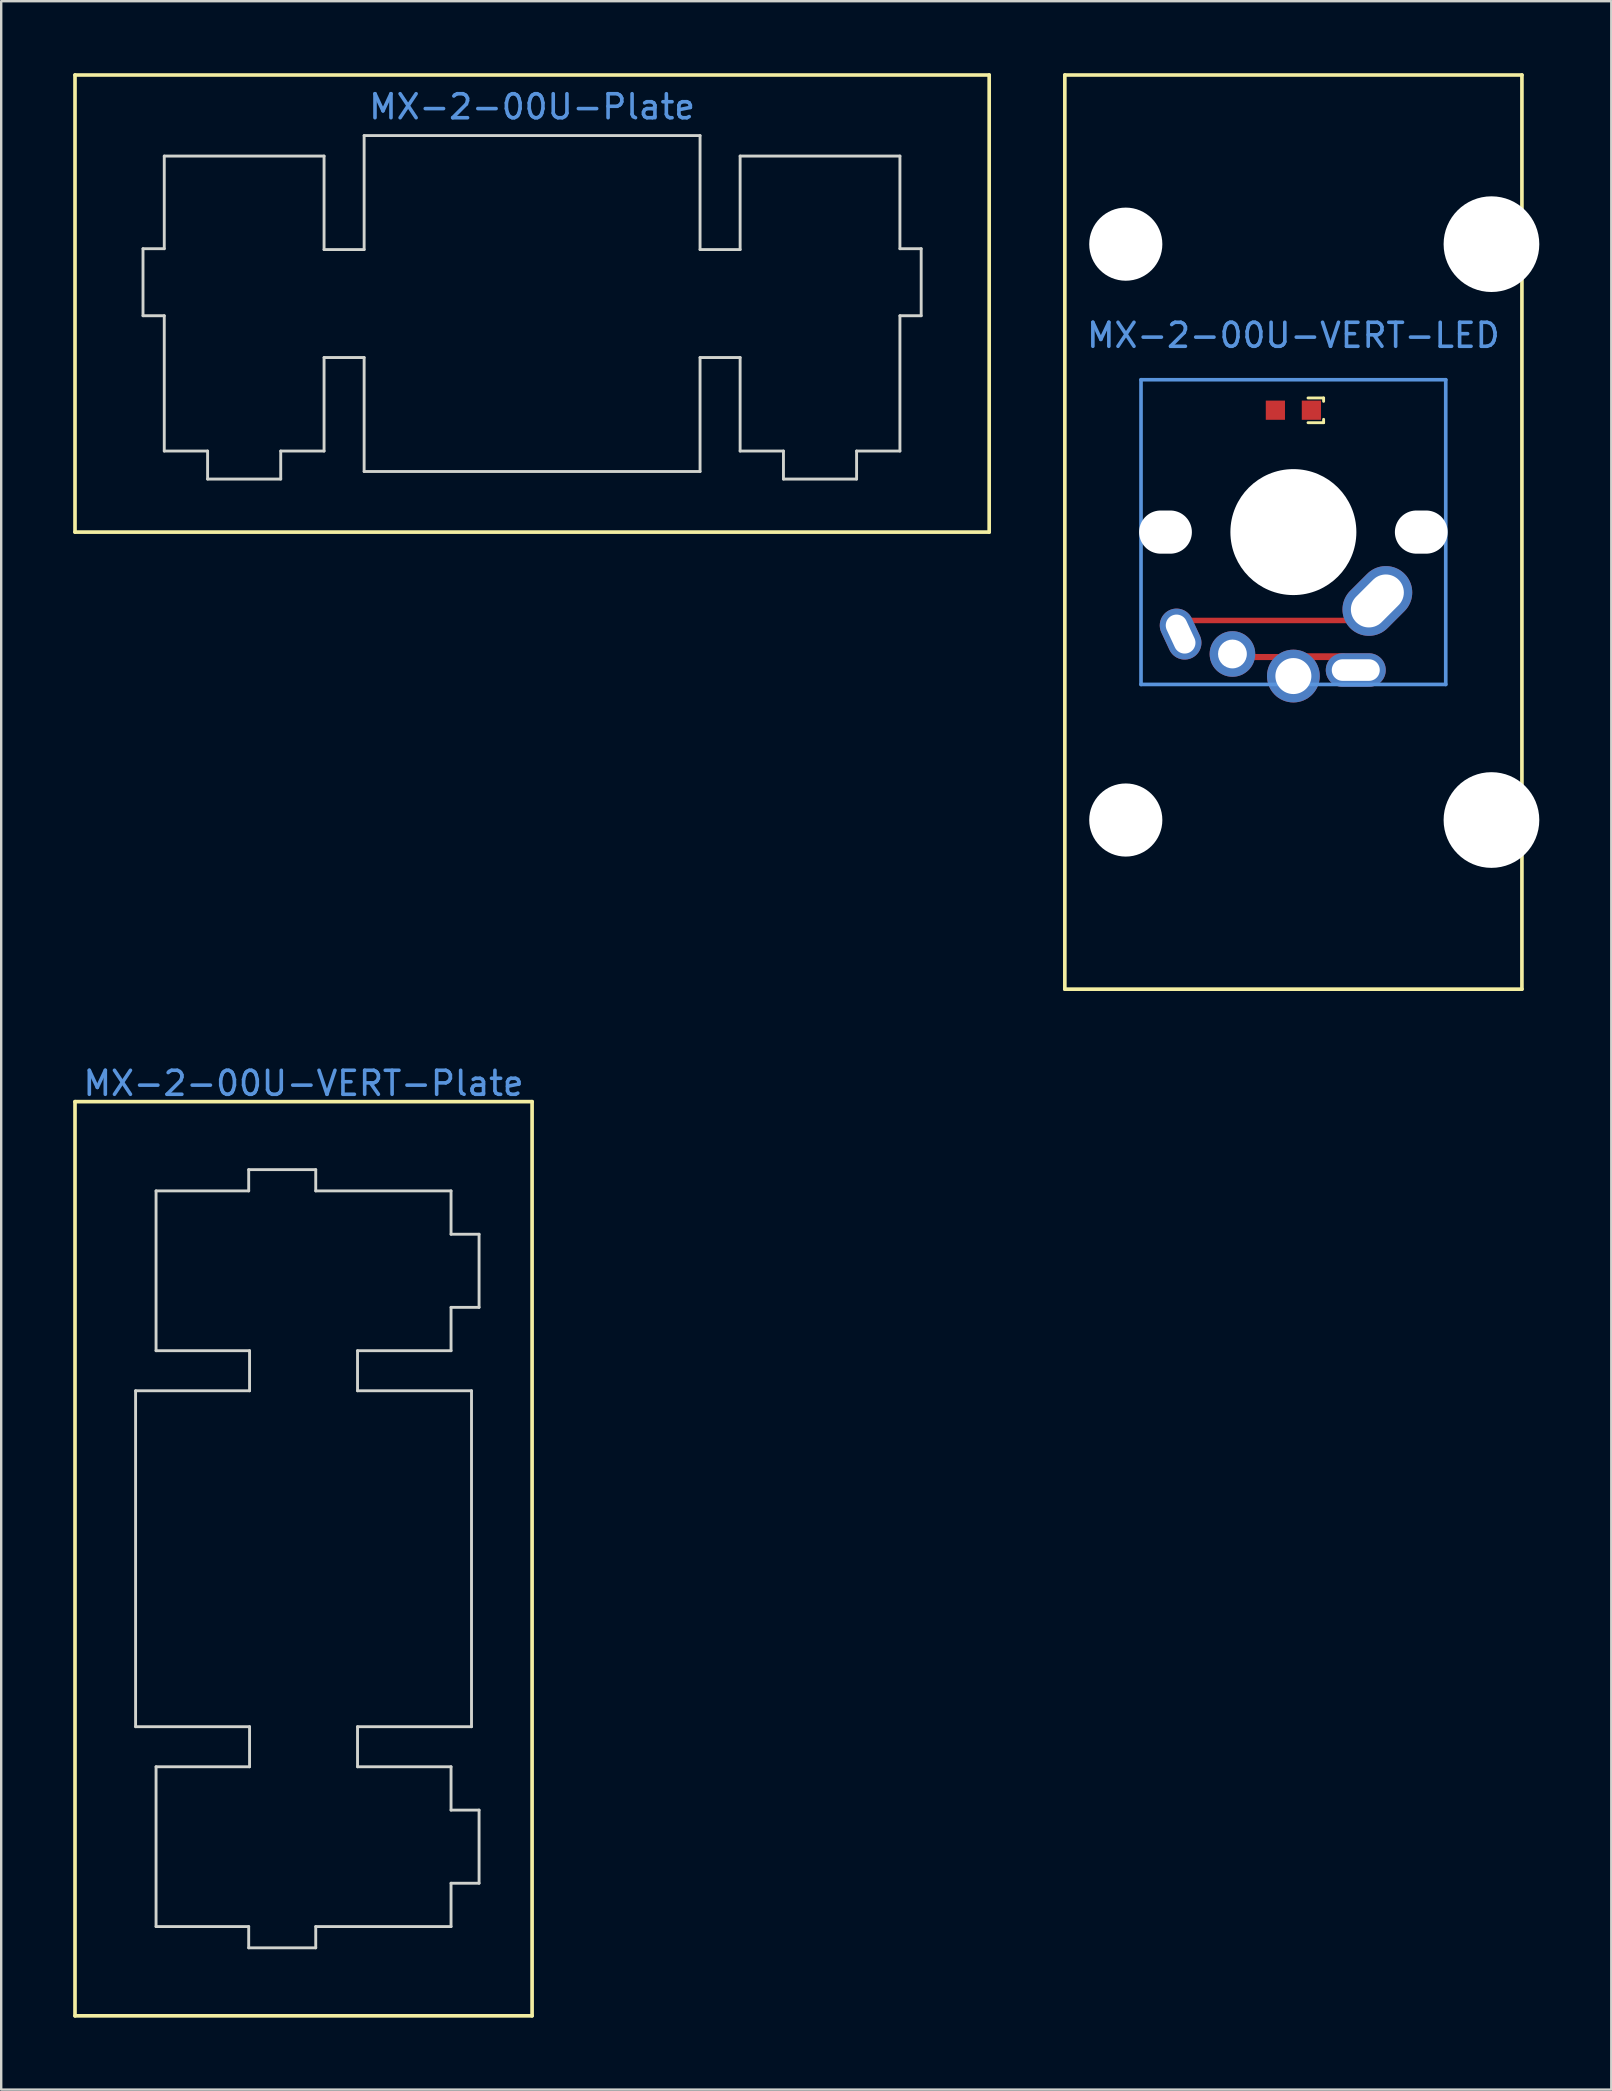
<source format=kicad_pcb>
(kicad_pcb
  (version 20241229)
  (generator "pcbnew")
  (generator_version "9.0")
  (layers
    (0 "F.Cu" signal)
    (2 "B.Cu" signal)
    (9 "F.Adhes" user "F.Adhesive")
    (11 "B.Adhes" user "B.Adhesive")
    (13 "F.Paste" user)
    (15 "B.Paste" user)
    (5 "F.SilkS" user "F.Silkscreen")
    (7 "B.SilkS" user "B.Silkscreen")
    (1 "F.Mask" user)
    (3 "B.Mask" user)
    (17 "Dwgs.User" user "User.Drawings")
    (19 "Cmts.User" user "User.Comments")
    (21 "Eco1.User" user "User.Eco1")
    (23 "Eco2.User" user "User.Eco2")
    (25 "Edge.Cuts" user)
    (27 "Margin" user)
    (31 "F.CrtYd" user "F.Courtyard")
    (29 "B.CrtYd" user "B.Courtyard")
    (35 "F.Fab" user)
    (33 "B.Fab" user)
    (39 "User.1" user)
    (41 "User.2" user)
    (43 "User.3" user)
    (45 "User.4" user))
  (footprint "MX-2-00U-VERT-Plate"
    (layer "F.Cu")
    (at 9.601 56.833)
    (property "Reference" "MX-2-00U-VERT-Plate" (at 0 -14.732 0) (layer "Cmts.User") (effects (font (size 1 1) (thickness 0.15))))
    (fp_line (start -9.525 -13.97) (end 9.525 -13.97) (stroke (width 0.152) (type solid)) (layer "F.SilkS"))
    (fp_line (start -9.525 24.13) (end -9.525 -13.97) (stroke (width 0.152) (type solid)) (layer "F.SilkS"))
    (fp_line (start 9.525 -13.97) (end 9.525 24.13) (stroke (width 0.152) (type solid)) (layer "F.SilkS"))
    (fp_line (start 9.525 24.13) (end -9.525 24.13) (stroke (width 0.152) (type solid)) (layer "F.SilkS"))
    (fp_line (start -7 -1.92) (end -2.25 -1.92) (stroke (width 0.12) (type solid)) (layer "Edge.Cuts"))
    (fp_line (start -7 12.08) (end -7 -1.92) (stroke (width 0.12) (type solid)) (layer "Edge.Cuts"))
    (fp_line (start -7 12.08) (end -2.25 12.08) (stroke (width 0.12) (type solid)) (layer "Edge.Cuts"))
    (fp_line (start -6.147 -10.25) (end -2.286 -10.25) (stroke (width 0.12) (type solid)) (layer "Edge.Cuts"))
    (fp_line (start -6.147 -3.59) (end -6.147 -10.25) (stroke (width 0.12) (type solid)) (layer "Edge.Cuts"))
    (fp_line (start -6.147 -3.59) (end -2.25 -3.59) (stroke (width 0.12) (type solid)) (layer "Edge.Cuts"))
    (fp_line (start -6.147 13.75) (end -6.147 20.41) (stroke (width 0.12) (type solid)) (layer "Edge.Cuts"))
    (fp_line (start -6.147 13.75) (end -2.25 13.75) (stroke (width 0.12) (type solid)) (layer "Edge.Cuts"))
    (fp_line (start -6.147 20.41) (end -2.286 20.41) (stroke (width 0.12) (type solid)) (layer "Edge.Cuts"))
    (fp_line (start -2.286 -11.136) (end 0.508 -11.136) (stroke (width 0.12) (type solid)) (layer "Edge.Cuts"))
    (fp_line (start -2.286 -10.25) (end -2.286 -11.136) (stroke (width 0.12) (type solid)) (layer "Edge.Cuts"))
    (fp_line (start -2.286 20.41) (end -2.286 21.296) (stroke (width 0.12) (type solid)) (layer "Edge.Cuts"))
    (fp_line (start -2.286 21.296) (end 0.508 21.296) (stroke (width 0.12) (type solid)) (layer "Edge.Cuts"))
    (fp_line (start -2.25 -3.59) (end -2.25 -1.92) (stroke (width 0.12) (type solid)) (layer "Edge.Cuts"))
    (fp_line (start -2.25 13.75) (end -2.25 12.08) (stroke (width 0.12) (type solid)) (layer "Edge.Cuts"))
    (fp_line (start 0.508 -10.25) (end 0.508 -11.136) (stroke (width 0.12) (type solid)) (layer "Edge.Cuts"))
    (fp_line (start 0.508 -10.25) (end 6.147 -10.25) (stroke (width 0.12) (type solid)) (layer "Edge.Cuts"))
    (fp_line (start 0.508 20.41) (end 0.508 21.296) (stroke (width 0.12) (type solid)) (layer "Edge.Cuts"))
    (fp_line (start 0.508 20.41) (end 6.147 20.41) (stroke (width 0.12) (type solid)) (layer "Edge.Cuts"))
    (fp_line (start 2.25 -3.59) (end 2.25 -1.92) (stroke (width 0.12) (type solid)) (layer "Edge.Cuts"))
    (fp_line (start 2.25 13.75) (end 2.25 12.08) (stroke (width 0.12) (type solid)) (layer "Edge.Cuts"))
    (fp_line (start 6.147 -8.444) (end 6.147 -10.25) (stroke (width 0.12) (type solid)) (layer "Edge.Cuts"))
    (fp_line (start 6.147 -8.444) (end 7.315 -8.444) (stroke (width 0.12) (type solid)) (layer "Edge.Cuts"))
    (fp_line (start 6.147 -5.396) (end 7.315 -5.396) (stroke (width 0.12) (type solid)) (layer "Edge.Cuts"))
    (fp_line (start 6.147 -3.59) (end 2.25 -3.59) (stroke (width 0.12) (type solid)) (layer "Edge.Cuts"))
    (fp_line (start 6.147 -3.59) (end 6.147 -5.396) (stroke (width 0.12) (type solid)) (layer "Edge.Cuts"))
    (fp_line (start 6.147 13.75) (end 2.25 13.75) (stroke (width 0.12) (type solid)) (layer "Edge.Cuts"))
    (fp_line (start 6.147 13.75) (end 6.147 15.556) (stroke (width 0.12) (type solid)) (layer "Edge.Cuts"))
    (fp_line (start 6.147 15.556) (end 7.315 15.556) (stroke (width 0.12) (type solid)) (layer "Edge.Cuts"))
    (fp_line (start 6.147 18.604) (end 6.147 20.41) (stroke (width 0.12) (type solid)) (layer "Edge.Cuts"))
    (fp_line (start 6.147 18.604) (end 7.315 18.604) (stroke (width 0.12) (type solid)) (layer "Edge.Cuts"))
    (fp_line (start 7 -1.92) (end 2.25 -1.92) (stroke (width 0.12) (type solid)) (layer "Edge.Cuts"))
    (fp_line (start 7 12.08) (end 2.25 12.08) (stroke (width 0.12) (type solid)) (layer "Edge.Cuts"))
    (fp_line (start 7 12.08) (end 7 -1.92) (stroke (width 0.12) (type solid)) (layer "Edge.Cuts"))
    (fp_line (start 7.315 -5.396) (end 7.315 -8.444) (stroke (width 0.12) (type solid)) (layer "Edge.Cuts"))
    (fp_line (start 7.315 15.556) (end 7.315 18.604) (stroke (width 0.12) (type solid)) (layer "Edge.Cuts")))
  (footprint "MX-2-00U-Plate"
    (layer "F.Cu")
    (at 19.126 4.521)
    (property "Reference" "MX-2-00U-Plate" (at 0 -3.12 0) (layer "Cmts.User") (effects (font (size 1 1) (thickness 0.15))))
    (fp_line (start -19.05 -4.445) (end 19.05 -4.445) (stroke (width 0.152) (type solid)) (layer "F.SilkS"))
    (fp_line (start -19.05 14.605) (end -19.05 -4.445) (stroke (width 0.152) (type solid)) (layer "F.SilkS"))
    (fp_line (start 19.05 -4.445) (end 19.05 14.605) (stroke (width 0.152) (type solid)) (layer "F.SilkS"))
    (fp_line (start 19.05 14.605) (end -19.05 14.605) (stroke (width 0.152) (type solid)) (layer "F.SilkS"))
    (fp_line (start -16.216 2.794) (end -16.216 5.588) (stroke (width 0.12) (type solid)) (layer "Edge.Cuts"))
    (fp_line (start -15.33 -1.067) (end -15.33 2.794) (stroke (width 0.12) (type solid)) (layer "Edge.Cuts"))
    (fp_line (start -15.33 2.794) (end -16.216 2.794) (stroke (width 0.12) (type solid)) (layer "Edge.Cuts"))
    (fp_line (start -15.33 5.588) (end -16.216 5.588) (stroke (width 0.12) (type solid)) (layer "Edge.Cuts"))
    (fp_line (start -15.33 5.588) (end -15.33 11.227) (stroke (width 0.12) (type solid)) (layer "Edge.Cuts"))
    (fp_line (start -13.524 11.227) (end -15.33 11.227) (stroke (width 0.12) (type solid)) (layer "Edge.Cuts"))
    (fp_line (start -13.524 11.227) (end -13.524 12.395) (stroke (width 0.12) (type solid)) (layer "Edge.Cuts"))
    (fp_line (start -10.476 11.227) (end -10.476 12.395) (stroke (width 0.12) (type solid)) (layer "Edge.Cuts"))
    (fp_line (start -10.476 12.395) (end -13.524 12.395) (stroke (width 0.12) (type solid)) (layer "Edge.Cuts"))
    (fp_line (start -8.67 -1.067) (end -15.33 -1.067) (stroke (width 0.12) (type solid)) (layer "Edge.Cuts"))
    (fp_line (start -8.67 -1.067) (end -8.67 2.83) (stroke (width 0.12) (type solid)) (layer "Edge.Cuts"))
    (fp_line (start -8.67 2.83) (end -7 2.83) (stroke (width 0.12) (type solid)) (layer "Edge.Cuts"))
    (fp_line (start -8.67 7.33) (end -7 7.33) (stroke (width 0.12) (type solid)) (layer "Edge.Cuts"))
    (fp_line (start -8.67 11.227) (end -10.476 11.227) (stroke (width 0.12) (type solid)) (layer "Edge.Cuts"))
    (fp_line (start -8.67 11.227) (end -8.67 7.33) (stroke (width 0.12) (type solid)) (layer "Edge.Cuts"))
    (fp_line (start -7 -1.92) (end -7 2.83) (stroke (width 0.12) (type solid)) (layer "Edge.Cuts"))
    (fp_line (start -7 -1.92) (end 7 -1.92) (stroke (width 0.12) (type solid)) (layer "Edge.Cuts"))
    (fp_line (start -7 12.08) (end -7 7.33) (stroke (width 0.12) (type solid)) (layer "Edge.Cuts"))
    (fp_line (start -7 12.08) (end 7 12.08) (stroke (width 0.12) (type solid)) (layer "Edge.Cuts"))
    (fp_line (start 7 -1.92) (end 7 2.83) (stroke (width 0.12) (type solid)) (layer "Edge.Cuts"))
    (fp_line (start 7 12.08) (end 7 7.33) (stroke (width 0.12) (type solid)) (layer "Edge.Cuts"))
    (fp_line (start 8.67 -1.067) (end 8.67 2.83) (stroke (width 0.12) (type solid)) (layer "Edge.Cuts"))
    (fp_line (start 8.67 -1.067) (end 15.33 -1.067) (stroke (width 0.12) (type solid)) (layer "Edge.Cuts"))
    (fp_line (start 8.67 2.83) (end 7 2.83) (stroke (width 0.12) (type solid)) (layer "Edge.Cuts"))
    (fp_line (start 8.67 7.33) (end 7 7.33) (stroke (width 0.12) (type solid)) (layer "Edge.Cuts"))
    (fp_line (start 8.67 11.227) (end 8.67 7.33) (stroke (width 0.12) (type solid)) (layer "Edge.Cuts"))
    (fp_line (start 8.67 11.227) (end 10.476 11.227) (stroke (width 0.12) (type solid)) (layer "Edge.Cuts"))
    (fp_line (start 10.476 11.227) (end 10.476 12.395) (stroke (width 0.12) (type solid)) (layer "Edge.Cuts"))
    (fp_line (start 10.476 12.395) (end 13.524 12.395) (stroke (width 0.12) (type solid)) (layer "Edge.Cuts"))
    (fp_line (start 13.524 11.227) (end 13.524 12.395) (stroke (width 0.12) (type solid)) (layer "Edge.Cuts"))
    (fp_line (start 13.524 11.227) (end 15.33 11.227) (stroke (width 0.12) (type solid)) (layer "Edge.Cuts"))
    (fp_line (start 15.33 -1.067) (end 15.33 2.794) (stroke (width 0.12) (type solid)) (layer "Edge.Cuts"))
    (fp_line (start 15.33 2.794) (end 16.216 2.794) (stroke (width 0.12) (type solid)) (layer "Edge.Cuts"))
    (fp_line (start 15.33 5.588) (end 15.33 11.227) (stroke (width 0.12) (type solid)) (layer "Edge.Cuts"))
    (fp_line (start 15.33 5.588) (end 16.216 5.588) (stroke (width 0.12) (type solid)) (layer "Edge.Cuts"))
    (fp_line (start 16.216 2.794) (end 16.216 5.588) (stroke (width 0.12) (type solid)) (layer "Edge.Cuts")))
  (footprint "MX-2-00U-VERT-LED"
    (layer "F.Cu")
    (at 50.854 14.046)
    (property "Reference" "MX-2-00U-VERT-LED" (at 0 -3.12 0) (layer "Cmts.User") (effects (font (size 1 1) (thickness 0.15))))
    (fp_line (start -9.525 -13.97) (end 9.525 -13.97) (stroke (width 0.152) (type solid)) (layer "F.SilkS"))
    (fp_line (start -9.525 24.13) (end -9.525 -13.97) (stroke (width 0.152) (type solid)) (layer "F.SilkS"))
    (fp_line (start 0.61 -0.51) (end 1.26 -0.51) (stroke (width 0.12) (type solid)) (layer "F.SilkS"))
    (fp_line (start 0.61 0.52) (end 1.26 0.52) (stroke (width 0.12) (type solid)) (layer "F.SilkS"))
    (fp_line (start 1.26 -0.51) (end 1.26 -0.37) (stroke (width 0.12) (type solid)) (layer "F.SilkS"))
    (fp_line (start 1.26 0.52) (end 1.26 0.38) (stroke (width 0.12) (type solid)) (layer "F.SilkS"))
    (fp_line (start 9.525 -13.97) (end 9.525 24.13) (stroke (width 0.152) (type solid)) (layer "F.SilkS"))
    (fp_line (start 9.525 24.13) (end -9.525 24.13) (stroke (width 0.152) (type solid)) (layer "F.SilkS"))
    (fp_line (start -6.35 -1.27) (end 6.35 -1.27) (stroke (width 0.152) (type solid)) (layer "Cmts.User"))
    (fp_line (start -6.35 11.43) (end -6.35 -1.27) (stroke (width 0.152) (type solid)) (layer "Cmts.User"))
    (fp_line (start 6.35 -1.27) (end 6.35 11.43) (stroke (width 0.152) (type solid)) (layer "Cmts.User"))
    (fp_line (start 6.35 11.43) (end -6.35 11.43) (stroke (width 0.152) (type solid)) (layer "Cmts.User"))
    (fp_line (start -7.798 -0.925) (end -6.985 -0.925) (stroke (width 0.152) (type solid)) (layer "Eco2.User"))
    (fp_line (start -7.798 2.576) (end -7.798 -0.925) (stroke (width 0.152) (type solid)) (layer "Eco2.User"))
    (fp_line (start -7.798 7.584) (end -6.985 7.584) (stroke (width 0.152) (type solid)) (layer "Eco2.User"))
    (fp_line (start -7.798 11.085) (end -7.798 7.584) (stroke (width 0.152) (type solid)) (layer "Eco2.User"))
    (fp_line (start -6.985 -1.905) (end 6.985 -1.905) (stroke (width 0.152) (type solid)) (layer "Eco2.User"))
    (fp_line (start -6.985 -0.925) (end -6.985 -1.905) (stroke (width 0.152) (type solid)) (layer "Eco2.User"))
    (fp_line (start -6.985 2.576) (end -7.798 2.576) (stroke (width 0.152) (type solid)) (layer "Eco2.User"))
    (fp_line (start -6.985 7.584) (end -6.985 2.576) (stroke (width 0.152) (type solid)) (layer "Eco2.User"))
    (fp_line (start -6.985 11.085) (end -7.798 11.085) (stroke (width 0.152) (type solid)) (layer "Eco2.User"))
    (fp_line (start -6.985 12.065) (end -6.985 11.085) (stroke (width 0.152) (type solid)) (layer "Eco2.User"))
    (fp_line (start 6.985 -1.905) (end 6.985 -0.925) (stroke (width 0.152) (type solid)) (layer "Eco2.User"))
    (fp_line (start 6.985 -0.925) (end 7.798 -0.925) (stroke (width 0.152) (type solid)) (layer "Eco2.User"))
    (fp_line (start 6.985 2.576) (end 6.985 7.584) (stroke (width 0.152) (type solid)) (layer "Eco2.User"))
    (fp_line (start 6.985 7.584) (end 7.798 7.584) (stroke (width 0.152) (type solid)) (layer "Eco2.User"))
    (fp_line (start 6.985 11.085) (end 6.985 12.065) (stroke (width 0.152) (type solid)) (layer "Eco2.User"))
    (fp_line (start 6.985 12.065) (end -6.985 12.065) (stroke (width 0.152) (type solid)) (layer "Eco2.User"))
    (fp_line (start 7.798 -0.925) (end 7.798 2.576) (stroke (width 0.152) (type solid)) (layer "Eco2.User"))
    (fp_line (start 7.798 2.576) (end 6.985 2.576) (stroke (width 0.152) (type solid)) (layer "Eco2.User"))
    (fp_line (start 7.798 7.584) (end 7.798 11.085) (stroke (width 0.152) (type solid)) (layer "Eco2.User"))
    (fp_line (start 7.798 11.085) (end 6.985 11.085) (stroke (width 0.152) (type solid)) (layer "Eco2.User"))
    (pad "" np_thru_hole circle (at -6.985 -6.92 270) (size 3.048 3.048) (drill 3.048) (layers "*.Cu" "*.Mask"))
    (pad "" np_thru_hole circle (at -6.985 17.08 270) (size 3.048 3.048) (drill 3.048) (layers "*.Cu" "*.Mask"))
    (pad "" np_thru_hole oval (at -5.33 5.08 270) (size 1.8 2.2) (drill oval 1.8 2.2) (layers "*.Cu" "*.Mask"))
    (pad "" np_thru_hole circle (at 0 5.08 180) (size 5.25 5.25) (drill 5.25) (layers "*.Cu" "*.Mask"))
    (pad "" np_thru_hole oval (at 5.33 5.08 270) (size 1.8 2.2) (drill oval 1.8 2.2) (layers "*.Cu" "*.Mask"))
    (pad "" np_thru_hole circle (at 8.255 -6.92 270) (size 3.988 3.988) (drill 3.988) (layers "*.Cu" "*.Mask"))
    (pad "" np_thru_hole circle (at 8.255 17.08 270) (size 3.988 3.988) (drill 3.988) (layers "*.Cu" "*.Mask"))
    (pad "1" thru_hole oval (at -4.7 9.33 205) (size 1.4 2.2) (drill oval 0.9 1.7) (layers "*.Cu" "*.Mask"))
    (pad "1" smd rect (at -1.219 8.763 270) (size 0.229 6.833) (layers "F.Cu" "F.Mask" "F.Paste"))
    (pad "1" thru_hole oval (at 3.5 7.95 225) (size 3.2 2.2) (drill oval 2.5 1.5) (layers "*.Cu" "*.Mask"))
    (pad "2" thru_hole circle (at -2.54 10.16 90) (size 1.9 1.9) (drill 1.2) (layers "*.Cu" "*.Mask"))
    (pad "2" smd rect (at -1.27 10.287 270) (size 0.254 1.312) (layers "F.Cu" "F.Mask" "F.Paste"))
    (pad "2" thru_hole circle (at 0 11.08 90) (size 2.2 2.2) (drill 1.5) (layers "*.Cu" "*.Mask"))
    (pad "2" smd rect (at 1.26 10.272 270) (size 0.284 1.758) (layers "F.Cu" "F.Mask" "F.Paste"))
    (pad "2" thru_hole oval (at 2.6 10.83 270) (size 1.4 2.5) (drill oval 0.9 2) (layers "*.Cu" "*.Mask"))
    (pad "3" smd rect (at 0.75 0 90) (size 0.8 0.8) (layers "F.Cu" "F.Mask" "F.Paste"))
    (pad "4" smd rect (at -0.75 0 90) (size 0.8 0.8) (layers "F.Cu" "F.Mask" "F.Paste")))
  (gr_rect
    (start -3 -3)
    (end 64.103 84.039)
    (stroke (width 0.1) (type default))
    (fill no)
    (layer "Edge.Cuts")))
</source>
